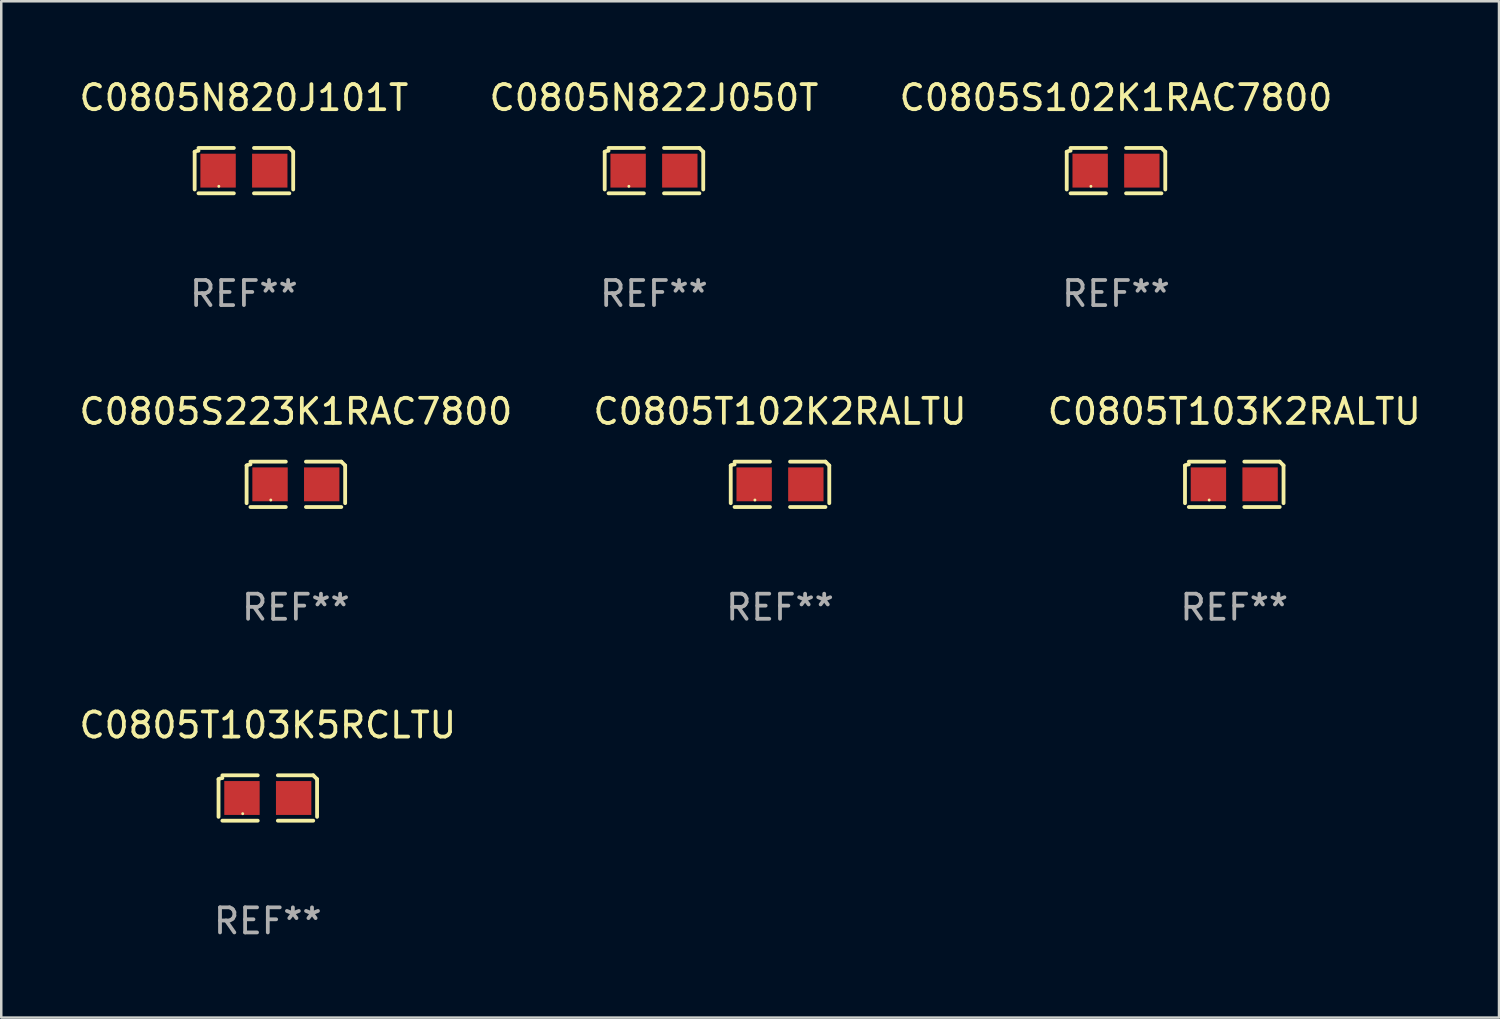
<source format=kicad_pcb>
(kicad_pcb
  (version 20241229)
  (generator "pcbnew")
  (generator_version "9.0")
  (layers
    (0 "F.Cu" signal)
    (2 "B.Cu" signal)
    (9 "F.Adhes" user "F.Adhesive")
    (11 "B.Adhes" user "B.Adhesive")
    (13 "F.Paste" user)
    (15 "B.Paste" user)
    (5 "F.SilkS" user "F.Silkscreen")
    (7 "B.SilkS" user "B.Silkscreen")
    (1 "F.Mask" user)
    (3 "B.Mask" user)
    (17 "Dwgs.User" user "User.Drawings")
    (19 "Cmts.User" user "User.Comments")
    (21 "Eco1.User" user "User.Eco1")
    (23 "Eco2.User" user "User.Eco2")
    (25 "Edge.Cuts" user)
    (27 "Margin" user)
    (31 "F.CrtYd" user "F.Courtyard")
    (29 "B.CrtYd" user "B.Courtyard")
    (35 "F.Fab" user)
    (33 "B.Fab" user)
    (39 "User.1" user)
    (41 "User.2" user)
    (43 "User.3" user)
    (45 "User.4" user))
  (footprint "C0805T102K2RALTU"
    (layer "F.Cu")
    (at 28.042 16.256)
    (property "Reference" "C0805T102K2RALTU" (at 0 -2.904 0) (layer "F.SilkS") (effects (font (size 1 1) (thickness 0.15))))
    (attr through_hole)
    (fp_line (start -1.964 0.751) (end -1.964 -0.751) (stroke (width 0.152) (type solid)) (layer "F.SilkS"))
    (fp_line (start -1.811 -0.904) (end -0.401 -0.904) (stroke (width 0.152) (type solid)) (layer "F.SilkS"))
    (fp_line (start -0.401 0.904) (end -1.811 0.904) (stroke (width 0.152) (type solid)) (layer "F.SilkS"))
    (fp_line (start 0.401 0.904) (end 1.811 0.904) (stroke (width 0.152) (type solid)) (layer "F.SilkS"))
    (fp_line (start 1.811 -0.904) (end 0.401 -0.904) (stroke (width 0.152) (type solid)) (layer "F.SilkS"))
    (fp_line (start 1.964 0.751) (end 1.964 -0.751) (stroke (width 0.152) (type solid)) (layer "F.SilkS"))
    (fp_arc (start -1.963602 -0.751207) (mid -1.890354 -0.783131) (end -1.811201 -0.794044) (stroke (width 0.1524) (type solid)) (layer "F.SilkS"))
    (fp_arc (start 1.811202 -0.903607) (mid 1.887413 -0.827418) (end 1.963602 -0.751207) (stroke (width 0.1524) (type solid)) (layer "F.SilkS"))
    (fp_circle (center -1 0.625) (end -0.97 0.625) (stroke (width 0.06) (type solid)) (fill no) (layer "F.SilkS"))
    (fp_text user "REF**" (at 0 4.904 0) (layer "F.Fab") (effects (font (size 1 1) (thickness 0.15))))
    (pad "1" smd rect (at -1.03 0) (size 1.41 1.35) (layers "F.Cu" "F.Mask" "F.Paste"))
    (pad "2" smd rect (at 1.03 0) (size 1.41 1.35) (layers "F.Cu" "F.Mask" "F.Paste")))
  (footprint "C0805N822J050T"
    (layer "F.Cu")
    (at 23.018 3.752)
    (property "Reference" "C0805N822J050T" (at 0 -2.904 0) (layer "F.SilkS") (effects (font (size 1 1) (thickness 0.15))))
    (attr through_hole)
    (fp_line (start -1.964 0.751) (end -1.964 -0.751) (stroke (width 0.152) (type solid)) (layer "F.SilkS"))
    (fp_line (start -1.811 -0.904) (end -0.401 -0.904) (stroke (width 0.152) (type solid)) (layer "F.SilkS"))
    (fp_line (start -0.401 0.904) (end -1.811 0.904) (stroke (width 0.152) (type solid)) (layer "F.SilkS"))
    (fp_line (start 0.401 0.904) (end 1.811 0.904) (stroke (width 0.152) (type solid)) (layer "F.SilkS"))
    (fp_line (start 1.811 -0.904) (end 0.401 -0.904) (stroke (width 0.152) (type solid)) (layer "F.SilkS"))
    (fp_line (start 1.964 0.751) (end 1.964 -0.751) (stroke (width 0.152) (type solid)) (layer "F.SilkS"))
    (fp_arc (start -1.963602 -0.751207) (mid -1.890354 -0.783131) (end -1.811201 -0.794044) (stroke (width 0.1524) (type solid)) (layer "F.SilkS"))
    (fp_arc (start 1.811202 -0.903607) (mid 1.887413 -0.827418) (end 1.963602 -0.751207) (stroke (width 0.1524) (type solid)) (layer "F.SilkS"))
    (fp_circle (center -1 0.625) (end -0.97 0.625) (stroke (width 0.06) (type solid)) (fill no) (layer "F.SilkS"))
    (fp_text user "REF**" (at 0 4.904 0) (layer "F.Fab") (effects (font (size 1 1) (thickness 0.15))))
    (pad "1" smd rect (at -1.03 0) (size 1.41 1.35) (layers "F.Cu" "F.Mask" "F.Paste"))
    (pad "2" smd rect (at 1.03 0) (size 1.41 1.35) (layers "F.Cu" "F.Mask" "F.Paste")))
  (footprint "C0805N820J101T"
    (layer "F.Cu")
    (at 6.673 3.752)
    (property "Reference" "C0805N820J101T" (at 0 -2.904 0) (layer "F.SilkS") (effects (font (size 1 1) (thickness 0.15))))
    (attr through_hole)
    (fp_line (start -1.964 0.751) (end -1.964 -0.751) (stroke (width 0.152) (type solid)) (layer "F.SilkS"))
    (fp_line (start -1.811 -0.904) (end -0.401 -0.904) (stroke (width 0.152) (type solid)) (layer "F.SilkS"))
    (fp_line (start -0.401 0.904) (end -1.811 0.904) (stroke (width 0.152) (type solid)) (layer "F.SilkS"))
    (fp_line (start 0.401 0.904) (end 1.811 0.904) (stroke (width 0.152) (type solid)) (layer "F.SilkS"))
    (fp_line (start 1.811 -0.904) (end 0.401 -0.904) (stroke (width 0.152) (type solid)) (layer "F.SilkS"))
    (fp_line (start 1.964 0.751) (end 1.964 -0.751) (stroke (width 0.152) (type solid)) (layer "F.SilkS"))
    (fp_arc (start -1.963602 -0.751207) (mid -1.890354 -0.783131) (end -1.811201 -0.794044) (stroke (width 0.1524) (type solid)) (layer "F.SilkS"))
    (fp_arc (start 1.811202 -0.903607) (mid 1.887413 -0.827418) (end 1.963602 -0.751207) (stroke (width 0.1524) (type solid)) (layer "F.SilkS"))
    (fp_circle (center -1 0.625) (end -0.97 0.625) (stroke (width 0.06) (type solid)) (fill no) (layer "F.SilkS"))
    (fp_text user "REF**" (at 0 4.904 0) (layer "F.Fab") (effects (font (size 1 1) (thickness 0.15))))
    (pad "1" smd rect (at -1.03 0) (size 1.41 1.35) (layers "F.Cu" "F.Mask" "F.Paste"))
    (pad "2" smd rect (at 1.03 0) (size 1.41 1.35) (layers "F.Cu" "F.Mask" "F.Paste")))
  (footprint "C0805S102K1RAC7800"
    (layer "F.Cu")
    (at 41.435 3.752)
    (property "Reference" "C0805S102K1RAC7800" (at 0 -2.904 0) (layer "F.SilkS") (effects (font (size 1 1) (thickness 0.15))))
    (attr through_hole)
    (fp_line (start -1.964 0.751) (end -1.964 -0.751) (stroke (width 0.152) (type solid)) (layer "F.SilkS"))
    (fp_line (start -1.811 -0.904) (end -0.401 -0.904) (stroke (width 0.152) (type solid)) (layer "F.SilkS"))
    (fp_line (start -0.401 0.904) (end -1.811 0.904) (stroke (width 0.152) (type solid)) (layer "F.SilkS"))
    (fp_line (start 0.401 0.904) (end 1.811 0.904) (stroke (width 0.152) (type solid)) (layer "F.SilkS"))
    (fp_line (start 1.811 -0.904) (end 0.401 -0.904) (stroke (width 0.152) (type solid)) (layer "F.SilkS"))
    (fp_line (start 1.964 0.751) (end 1.964 -0.751) (stroke (width 0.152) (type solid)) (layer "F.SilkS"))
    (fp_arc (start -1.963602 -0.751207) (mid -1.890354 -0.783131) (end -1.811201 -0.794044) (stroke (width 0.1524) (type solid)) (layer "F.SilkS"))
    (fp_arc (start 1.811202 -0.903607) (mid 1.887413 -0.827418) (end 1.963602 -0.751207) (stroke (width 0.1524) (type solid)) (layer "F.SilkS"))
    (fp_circle (center -1 0.625) (end -0.97 0.625) (stroke (width 0.06) (type solid)) (fill no) (layer "F.SilkS"))
    (fp_text user "REF**" (at 0 4.904 0) (layer "F.Fab") (effects (font (size 1 1) (thickness 0.15))))
    (pad "1" smd rect (at -1.03 0) (size 1.41 1.35) (layers "F.Cu" "F.Mask" "F.Paste"))
    (pad "2" smd rect (at 1.03 0) (size 1.41 1.35) (layers "F.Cu" "F.Mask" "F.Paste")))
  (footprint "C0805T103K2RALTU"
    (layer "F.Cu")
    (at 46.149 16.256)
    (property "Reference" "C0805T103K2RALTU" (at 0 -2.904 0) (layer "F.SilkS") (effects (font (size 1 1) (thickness 0.15))))
    (attr through_hole)
    (fp_line (start -1.964 0.751) (end -1.964 -0.751) (stroke (width 0.152) (type solid)) (layer "F.SilkS"))
    (fp_line (start -1.811 -0.904) (end -0.401 -0.904) (stroke (width 0.152) (type solid)) (layer "F.SilkS"))
    (fp_line (start -0.401 0.904) (end -1.811 0.904) (stroke (width 0.152) (type solid)) (layer "F.SilkS"))
    (fp_line (start 0.401 0.904) (end 1.811 0.904) (stroke (width 0.152) (type solid)) (layer "F.SilkS"))
    (fp_line (start 1.811 -0.904) (end 0.401 -0.904) (stroke (width 0.152) (type solid)) (layer "F.SilkS"))
    (fp_line (start 1.964 0.751) (end 1.964 -0.751) (stroke (width 0.152) (type solid)) (layer "F.SilkS"))
    (fp_arc (start -1.963602 -0.751207) (mid -1.890354 -0.783131) (end -1.811201 -0.794044) (stroke (width 0.1524) (type solid)) (layer "F.SilkS"))
    (fp_arc (start 1.811202 -0.903607) (mid 1.887413 -0.827418) (end 1.963602 -0.751207) (stroke (width 0.1524) (type solid)) (layer "F.SilkS"))
    (fp_circle (center -1 0.625) (end -0.97 0.625) (stroke (width 0.06) (type solid)) (fill no) (layer "F.SilkS"))
    (fp_text user "REF**" (at 0 4.904 0) (layer "F.Fab") (effects (font (size 1 1) (thickness 0.15))))
    (pad "1" smd rect (at -1.03 0) (size 1.41 1.35) (layers "F.Cu" "F.Mask" "F.Paste"))
    (pad "2" smd rect (at 1.03 0) (size 1.41 1.35) (layers "F.Cu" "F.Mask" "F.Paste")))
  (footprint "C0805T103K5RCLTU"
    (layer "F.Cu")
    (at 7.625 28.759)
    (property "Reference" "C0805T103K5RCLTU" (at 0 -2.904 0) (layer "F.SilkS") (effects (font (size 1 1) (thickness 0.15))))
    (attr through_hole)
    (fp_line (start -1.964 0.751) (end -1.964 -0.751) (stroke (width 0.152) (type solid)) (layer "F.SilkS"))
    (fp_line (start -1.811 -0.904) (end -0.401 -0.904) (stroke (width 0.152) (type solid)) (layer "F.SilkS"))
    (fp_line (start -0.401 0.904) (end -1.811 0.904) (stroke (width 0.152) (type solid)) (layer "F.SilkS"))
    (fp_line (start 0.401 0.904) (end 1.811 0.904) (stroke (width 0.152) (type solid)) (layer "F.SilkS"))
    (fp_line (start 1.811 -0.904) (end 0.401 -0.904) (stroke (width 0.152) (type solid)) (layer "F.SilkS"))
    (fp_line (start 1.964 0.751) (end 1.964 -0.751) (stroke (width 0.152) (type solid)) (layer "F.SilkS"))
    (fp_arc (start -1.963602 -0.751207) (mid -1.890354 -0.783131) (end -1.811201 -0.794044) (stroke (width 0.1524) (type solid)) (layer "F.SilkS"))
    (fp_arc (start 1.811202 -0.903607) (mid 1.887413 -0.827418) (end 1.963602 -0.751207) (stroke (width 0.1524) (type solid)) (layer "F.SilkS"))
    (fp_circle (center -1 0.625) (end -0.97 0.625) (stroke (width 0.06) (type solid)) (fill no) (layer "F.SilkS"))
    (fp_text user "REF**" (at 0 4.904 0) (layer "F.Fab") (effects (font (size 1 1) (thickness 0.15))))
    (pad "1" smd rect (at -1.03 0) (size 1.41 1.35) (layers "F.Cu" "F.Mask" "F.Paste"))
    (pad "2" smd rect (at 1.03 0) (size 1.41 1.35) (layers "F.Cu" "F.Mask" "F.Paste")))
  (footprint "C0805S223K1RAC7800"
    (layer "F.Cu")
    (at 8.744 16.256)
    (property "Reference" "C0805S223K1RAC7800" (at 0 -2.904 0) (layer "F.SilkS") (effects (font (size 1 1) (thickness 0.15))))
    (attr through_hole)
    (fp_line (start -1.964 0.751) (end -1.964 -0.751) (stroke (width 0.152) (type solid)) (layer "F.SilkS"))
    (fp_line (start -1.811 -0.904) (end -0.401 -0.904) (stroke (width 0.152) (type solid)) (layer "F.SilkS"))
    (fp_line (start -0.401 0.904) (end -1.811 0.904) (stroke (width 0.152) (type solid)) (layer "F.SilkS"))
    (fp_line (start 0.401 0.904) (end 1.811 0.904) (stroke (width 0.152) (type solid)) (layer "F.SilkS"))
    (fp_line (start 1.811 -0.904) (end 0.401 -0.904) (stroke (width 0.152) (type solid)) (layer "F.SilkS"))
    (fp_line (start 1.964 0.751) (end 1.964 -0.751) (stroke (width 0.152) (type solid)) (layer "F.SilkS"))
    (fp_arc (start -1.963602 -0.751207) (mid -1.890354 -0.783131) (end -1.811201 -0.794044) (stroke (width 0.1524) (type solid)) (layer "F.SilkS"))
    (fp_arc (start 1.811202 -0.903607) (mid 1.887413 -0.827418) (end 1.963602 -0.751207) (stroke (width 0.1524) (type solid)) (layer "F.SilkS"))
    (fp_circle (center -1 0.625) (end -0.97 0.625) (stroke (width 0.06) (type solid)) (fill no) (layer "F.SilkS"))
    (fp_text user "REF**" (at 0 4.904 0) (layer "F.Fab") (effects (font (size 1 1) (thickness 0.15))))
    (pad "1" smd rect (at -1.03 0) (size 1.41 1.35) (layers "F.Cu" "F.Mask" "F.Paste"))
    (pad "2" smd rect (at 1.03 0) (size 1.41 1.35) (layers "F.Cu" "F.Mask" "F.Paste")))
  (gr_rect
    (start -3 -3)
    (end 56.702 37.511)
    (stroke (width 0.1) (type default))
    (fill no)
    (layer "Edge.Cuts")))
</source>
